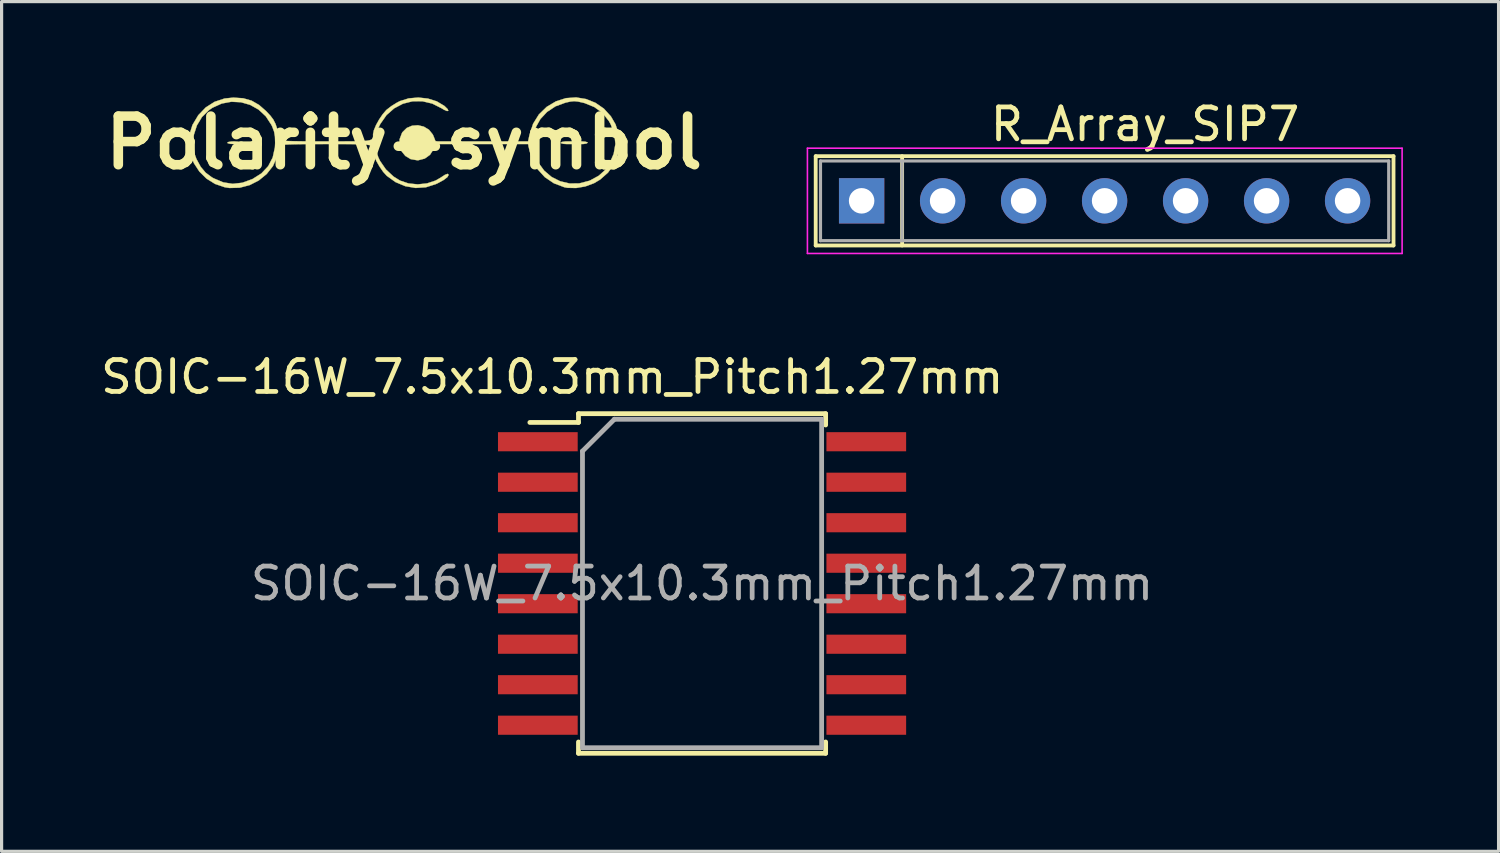
<source format=kicad_pcb>
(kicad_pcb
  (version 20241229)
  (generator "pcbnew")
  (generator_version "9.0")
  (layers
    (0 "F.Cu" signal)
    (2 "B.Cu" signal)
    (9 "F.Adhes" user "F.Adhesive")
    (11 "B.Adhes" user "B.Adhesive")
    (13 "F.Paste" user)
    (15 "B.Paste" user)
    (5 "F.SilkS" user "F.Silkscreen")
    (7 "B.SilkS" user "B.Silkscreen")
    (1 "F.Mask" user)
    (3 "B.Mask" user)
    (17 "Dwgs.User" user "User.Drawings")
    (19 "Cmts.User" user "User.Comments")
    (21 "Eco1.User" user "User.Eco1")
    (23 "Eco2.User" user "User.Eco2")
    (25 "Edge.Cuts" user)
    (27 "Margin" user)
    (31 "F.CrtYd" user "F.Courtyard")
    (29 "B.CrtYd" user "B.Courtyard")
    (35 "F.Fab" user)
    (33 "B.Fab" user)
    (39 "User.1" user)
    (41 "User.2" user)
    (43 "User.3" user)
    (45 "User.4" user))
  (footprint "R_Array_SIP7"
    (placed yes)
    (layer "F.Cu")
    (at 23.971 3.248)
    (property "Reference" "R_Array_SIP7" (at 8.89 -2.4 0) (layer "F.SilkS") (effects (font (size 1 1) (thickness 0.15))))
    (attr through_hole)
    (fp_line (start -1.44 -1.4) (end -1.44 1.4) (stroke (width 0.12) (type solid)) (layer "F.SilkS"))
    (fp_line (start -1.44 1.4) (end 16.68 1.4) (stroke (width 0.12) (type solid)) (layer "F.SilkS"))
    (fp_line (start 1.27 -1.4) (end 1.27 1.4) (stroke (width 0.12) (type solid)) (layer "F.SilkS"))
    (fp_line (start 16.68 -1.4) (end -1.44 -1.4) (stroke (width 0.12) (type solid)) (layer "F.SilkS"))
    (fp_line (start 16.68 1.4) (end 16.68 -1.4) (stroke (width 0.12) (type solid)) (layer "F.SilkS"))
    (fp_line (start -1.7 -1.65) (end -1.7 1.65) (stroke (width 0.05) (type solid)) (layer "F.CrtYd"))
    (fp_line (start -1.7 1.65) (end 16.95 1.65) (stroke (width 0.05) (type solid)) (layer "F.CrtYd"))
    (fp_line (start 16.95 -1.65) (end -1.7 -1.65) (stroke (width 0.05) (type solid)) (layer "F.CrtYd"))
    (fp_line (start 16.95 1.65) (end 16.95 -1.65) (stroke (width 0.05) (type solid)) (layer "F.CrtYd"))
    (fp_line (start -1.29 -1.25) (end -1.29 1.25) (stroke (width 0.1) (type solid)) (layer "F.Fab"))
    (fp_line (start -1.29 1.25) (end 16.53 1.25) (stroke (width 0.1) (type solid)) (layer "F.Fab"))
    (fp_line (start 1.27 -1.25) (end 1.27 1.25) (stroke (width 0.1) (type solid)) (layer "F.Fab"))
    (fp_line (start 16.53 -1.25) (end -1.29 -1.25) (stroke (width 0.1) (type solid)) (layer "F.Fab"))
    (fp_line (start 16.53 1.25) (end 16.53 -1.25) (stroke (width 0.1) (type solid)) (layer "F.Fab"))
    (pad "1" thru_hole rect (at 0 0) (size 1.422 1.422) (drill 0.8) (layers "*.Cu" "*.Mask"))
    (pad "2" thru_hole circle (at 2.54 0) (size 1.422 1.422) (drill 0.8) (layers "*.Cu" "*.Mask"))
    (pad "3" thru_hole circle (at 5.08 0) (size 1.422 1.422) (drill 0.8) (layers "*.Cu" "*.Mask"))
    (pad "4" thru_hole circle (at 7.62 0) (size 1.422 1.422) (drill 0.8) (layers "*.Cu" "*.Mask"))
    (pad "5" thru_hole circle (at 10.16 0) (size 1.422 1.422) (drill 0.8) (layers "*.Cu" "*.Mask"))
    (pad "6" thru_hole circle (at 12.7 0) (size 1.422 1.422) (drill 0.8) (layers "*.Cu" "*.Mask"))
    (pad "7" thru_hole circle (at 15.24 0) (size 1.422 1.422) (drill 0.8) (layers "*.Cu" "*.Mask")))
  (footprint "SOIC-16W_7.5x10.3mm_Pitch1.27mm"
    (layer "F.Cu")
    (at 18.967 15.248)
    (property "Reference" "SOIC-16W_7.5x10.3mm_Pitch1.27mm" (at -4.699 -6.477 0) (layer "F.SilkS") (effects (font (size 1 1) (thickness 0.15))))
    (attr smd)
    (fp_line (start -3.875 -5.325) (end -3.875 -5.05) (stroke (width 0.15) (type solid)) (layer "F.SilkS"))
    (fp_line (start -3.875 -5.325) (end 3.875 -5.325) (stroke (width 0.15) (type solid)) (layer "F.SilkS"))
    (fp_line (start -3.875 -5.05) (end -5.4 -5.05) (stroke (width 0.15) (type solid)) (layer "F.SilkS"))
    (fp_line (start -3.875 5.325) (end -3.875 4.97) (stroke (width 0.15) (type solid)) (layer "F.SilkS"))
    (fp_line (start -3.875 5.325) (end 3.875 5.325) (stroke (width 0.15) (type solid)) (layer "F.SilkS"))
    (fp_line (start 3.875 -5.325) (end 3.875 -4.97) (stroke (width 0.15) (type solid)) (layer "F.SilkS"))
    (fp_line (start 3.875 5.325) (end 3.875 4.97) (stroke (width 0.15) (type solid)) (layer "F.SilkS"))
    (fp_line (start -3.75 -4.15) (end -2.75 -5.15) (stroke (width 0.15) (type solid)) (layer "F.Fab"))
    (fp_line (start -3.75 5.15) (end -3.75 -4.15) (stroke (width 0.15) (type solid)) (layer "F.Fab"))
    (fp_line (start -2.75 -5.15) (end 3.75 -5.15) (stroke (width 0.15) (type solid)) (layer "F.Fab"))
    (fp_line (start 3.75 -5.15) (end 3.75 5.15) (stroke (width 0.15) (type solid)) (layer "F.Fab"))
    (fp_line (start 3.75 5.15) (end -3.75 5.15) (stroke (width 0.15) (type solid)) (layer "F.Fab"))
    (fp_text user "${REFERENCE}" (at 0 0 0) (layer "F.Fab") (effects (font (size 1 1) (thickness 0.15))))
    (pad "1" smd rect (at -5.15 -4.445) (size 2.5 0.6) (layers "F.Cu" "F.Mask" "F.Paste"))
    (pad "2" smd rect (at -5.15 -3.175) (size 2.5 0.6) (layers "F.Cu" "F.Mask" "F.Paste"))
    (pad "3" smd rect (at -5.15 -1.905) (size 2.5 0.6) (layers "F.Cu" "F.Mask" "F.Paste"))
    (pad "4" smd rect (at -5.15 -0.635) (size 2.5 0.6) (layers "F.Cu" "F.Mask" "F.Paste"))
    (pad "5" smd rect (at -5.15 0.635) (size 2.5 0.6) (layers "F.Cu" "F.Mask" "F.Paste"))
    (pad "6" smd rect (at -5.15 1.905) (size 2.5 0.6) (layers "F.Cu" "F.Mask" "F.Paste"))
    (pad "7" smd rect (at -5.15 3.175) (size 2.5 0.6) (layers "F.Cu" "F.Mask" "F.Paste"))
    (pad "8" smd rect (at -5.15 4.445) (size 2.5 0.6) (layers "F.Cu" "F.Mask" "F.Paste"))
    (pad "9" smd rect (at 5.15 4.445) (size 2.5 0.6) (layers "F.Cu" "F.Mask" "F.Paste"))
    (pad "10" smd rect (at 5.15 3.175) (size 2.5 0.6) (layers "F.Cu" "F.Mask" "F.Paste"))
    (pad "11" smd rect (at 5.15 1.905) (size 2.5 0.6) (layers "F.Cu" "F.Mask" "F.Paste"))
    (pad "12" smd rect (at 5.15 0.635) (size 2.5 0.6) (layers "F.Cu" "F.Mask" "F.Paste"))
    (pad "13" smd rect (at 5.15 -0.635) (size 2.5 0.6) (layers "F.Cu" "F.Mask" "F.Paste"))
    (pad "14" smd rect (at 5.15 -1.905) (size 2.5 0.6) (layers "F.Cu" "F.Mask" "F.Paste"))
    (pad "15" smd rect (at 5.15 -3.175) (size 2.5 0.6) (layers "F.Cu" "F.Mask" "F.Paste"))
    (pad "16" smd rect (at 5.15 -4.445) (size 2.5 0.6) (layers "F.Cu" "F.Mask" "F.Paste")))
  (footprint "Polarity-symbol"
    (layer "F.Cu")
    (at 9.623 1.426)
    (property "Reference" "Polarity-symbol" (at 0 0 0) (layer "F.SilkS") (effects (font (size 1.524 1.524) (thickness 0.3))))
    (attr through_hole)
    (fp_poly (pts (xy -5.213 -0.035) (xy -5.137 -0.015) (xy -5.122 0) (xy -5.16 0.024) (xy -5.258 0.039) (xy -5.334 0.042) (xy -5.455 0.035) (xy -5.531 0.015) (xy -5.546 0) (xy -5.508 -0.024) (xy -5.41 -0.039) (xy -5.334 -0.042) (xy -5.213 -0.035)) (stroke (width 0.01) (type solid)) (fill yes) (layer "F.SilkS"))
    (fp_poly (pts (xy 5.359 -0.385) (xy 5.374 -0.29) (xy 5.376 -0.233) (xy 5.376 -0.042) (xy 5.567 -0.042) (xy 5.68 -0.034) (xy 5.749 -0.013) (xy 5.757 0) (xy 5.719 0.025) (xy 5.624 0.04) (xy 5.567 0.042) (xy 5.376 0.042) (xy 5.376 0.233) (xy 5.368 0.346) (xy 5.347 0.415) (xy 5.334 0.423) (xy 5.309 0.385) (xy 5.294 0.29) (xy 5.292 0.233) (xy 5.292 0.042) (xy 5.101 0.042) (xy 4.988 0.034) (xy 4.919 0.013) (xy 4.911 0) (xy 4.949 -0.025) (xy 5.044 -0.04) (xy 5.101 -0.042) (xy 5.292 -0.042) (xy 5.292 -0.233) (xy 5.3 -0.346) (xy 5.321 -0.415) (xy 5.334 -0.423) (xy 5.359 -0.385)) (stroke (width 0.01) (type solid)) (fill yes) (layer "F.SilkS"))
    (fp_poly (pts (xy 5.707 -1.37) (xy 6.001 -1.251) (xy 6.265 -1.069) (xy 6.485 -0.827) (xy 6.631 -0.576) (xy 6.732 -0.259) (xy 6.754 0.064) (xy 6.702 0.378) (xy 6.581 0.673) (xy 6.395 0.936) (xy 6.148 1.155) (xy 5.954 1.27) (xy 5.681 1.371) (xy 5.393 1.42) (xy 5.121 1.414) (xy 5.026 1.396) (xy 4.697 1.272) (xy 4.414 1.08) (xy 4.185 0.829) (xy 4.017 0.527) (xy 3.933 0.255) (xy 3.904 0.118) (xy 4.044 0.118) (xy 4.085 0.325) (xy 4.209 0.625) (xy 4.393 0.876) (xy 4.625 1.073) (xy 4.893 1.208) (xy 5.187 1.278) (xy 5.493 1.275) (xy 5.802 1.195) (xy 5.84 1.179) (xy 6.101 1.037) (xy 6.301 0.857) (xy 6.434 0.664) (xy 6.572 0.35) (xy 6.626 0.039) (xy 6.594 -0.27) (xy 6.478 -0.579) (xy 6.422 -0.68) (xy 6.224 -0.929) (xy 5.968 -1.118) (xy 5.658 -1.244) (xy 5.614 -1.255) (xy 5.453 -1.291) (xy 5.333 -1.303) (xy 5.214 -1.291) (xy 5.058 -1.256) (xy 4.746 -1.141) (xy 4.482 -0.966) (xy 4.274 -0.743) (xy 4.127 -0.481) (xy 4.049 -0.191) (xy 4.044 0.118) (xy 3.904 0.118) (xy 3.888 0.042) (xy 0.987 0.042) (xy 0.921 0.21) (xy 0.811 0.38) (xy 0.647 0.497) (xy 0.447 0.549) (xy 0.411 0.55) (xy 0.205 0.514) (xy 0.039 0.414) (xy -0.08 0.267) (xy -0.143 0.088) (xy -0.142 -0.107) (xy -0.068 -0.303) (xy -0.052 -0.33) (xy 0.081 -0.462) (xy 0.25 -0.534) (xy 0.435 -0.548) (xy 0.618 -0.505) (xy 0.779 -0.408) (xy 0.898 -0.26) (xy 0.921 -0.21) (xy 0.987 -0.042) (xy 3.888 -0.042) (xy 3.933 -0.255) (xy 4.046 -0.596) (xy 4.227 -0.887) (xy 4.472 -1.125) (xy 4.763 -1.298) (xy 5.075 -1.398) (xy 5.394 -1.421) (xy 5.707 -1.37)) (stroke (width 0.01) (type solid)) (fill yes) (layer "F.SilkS"))
    (fp_poly (pts (xy 0.745 -1.385) (xy 1.025 -1.297) (xy 1.261 -1.156) (xy 1.272 -1.146) (xy 1.365 -1.055) (xy 1.387 -1.002) (xy 1.346 -0.994) (xy 1.248 -1.036) (xy 1.182 -1.077) (xy 0.883 -1.228) (xy 0.572 -1.301) (xy 0.262 -1.299) (xy -0.036 -1.224) (xy -0.311 -1.079) (xy -0.551 -0.868) (xy -0.743 -0.594) (xy -0.753 -0.576) (xy -0.812 -0.451) (xy -0.846 -0.334) (xy -0.863 -0.195) (xy -0.867 -0.001) (xy -0.867 0) (xy -0.863 0.194) (xy -0.847 0.333) (xy -0.812 0.449) (xy -0.754 0.572) (xy -0.571 0.837) (xy -0.331 1.061) (xy -0.13 1.186) (xy 0.135 1.276) (xy 0.427 1.306) (xy 0.72 1.275) (xy 0.989 1.186) (xy 1.142 1.097) (xy 1.283 1.005) (xy 1.368 0.975) (xy 1.397 1.007) (xy 1.397 1.009) (xy 1.357 1.079) (xy 1.242 1.167) (xy 1.058 1.268) (xy 0.994 1.298) (xy 0.683 1.397) (xy 0.36 1.418) (xy 0.038 1.363) (xy -0.269 1.235) (xy -0.543 1.038) (xy -0.655 0.915) (xy -0.768 0.753) (xy -0.868 0.578) (xy -0.941 0.414) (xy -0.973 0.286) (xy -0.974 0.272) (xy -0.973 0.211) (xy -0.977 0.162) (xy -0.994 0.123) (xy -1.032 0.094) (xy -1.099 0.073) (xy -1.203 0.058) (xy -1.354 0.049) (xy -1.558 0.045) (xy -1.824 0.043) (xy -2.16 0.042) (xy -2.46 0.042) (xy -2.854 0.043) (xy -3.172 0.044) (xy -3.42 0.048) (xy -3.607 0.053) (xy -3.74 0.06) (xy -3.827 0.069) (xy -3.876 0.081) (xy -3.894 0.097) (xy -3.895 0.101) (xy -3.907 0.17) (xy -3.938 0.292) (xy -3.98 0.438) (xy -4.113 0.73) (xy -4.31 0.981) (xy -4.558 1.183) (xy -4.844 1.329) (xy -5.154 1.41) (xy -5.475 1.419) (xy -5.621 1.397) (xy -5.929 1.292) (xy -6.198 1.124) (xy -6.421 0.903) (xy -6.592 0.642) (xy -6.704 0.352) (xy -6.752 0.051) (xy -6.618 0.051) (xy -6.57 0.352) (xy -6.511 0.512) (xy -6.378 0.756) (xy -6.225 0.938) (xy -6.032 1.082) (xy -5.974 1.115) (xy -5.671 1.243) (xy -5.375 1.289) (xy -5.074 1.255) (xy -4.758 1.14) (xy -4.753 1.138) (xy -4.475 0.962) (xy -4.263 0.736) (xy -4.121 0.463) (xy -4.052 0.148) (xy -4.044 -0.000244) (xy -4.051 -0.194) (xy -4.076 -0.343) (xy -4.129 -0.488) (xy -4.162 -0.56) (xy -4.338 -0.829) (xy -4.564 -1.039) (xy -4.827 -1.187) (xy -5.117 -1.27) (xy -5.418 -1.285) (xy -5.72 -1.229) (xy -6.008 -1.098) (xy -6.121 -1.021) (xy -6.34 -0.806) (xy -6.498 -0.544) (xy -6.592 -0.253) (xy -6.618 0.051) (xy -6.752 0.051) (xy -6.753 0.046) (xy -6.73 -0.266) (xy -6.637 -0.558) (xy -6.455 -0.863) (xy -6.222 -1.106) (xy -5.944 -1.283) (xy -5.63 -1.387) (xy -5.355 -1.415) (xy -5.045 -1.394) (xy -4.784 -1.32) (xy -4.549 -1.185) (xy -4.333 -0.996) (xy -4.193 -0.848) (xy -4.1 -0.724) (xy -4.034 -0.593) (xy -3.984 -0.448) (xy -3.939 -0.297) (xy -3.907 -0.173) (xy -3.895 -0.103) (xy -3.895 -0.101) (xy -3.883 -0.085) (xy -3.843 -0.072) (xy -3.767 -0.062) (xy -3.646 -0.054) (xy -3.474 -0.049) (xy -3.243 -0.045) (xy -2.944 -0.043) (xy -2.571 -0.042) (xy -2.46 -0.042) (xy -2.066 -0.042) (xy -1.748 -0.043) (xy -1.499 -0.045) (xy -1.31 -0.051) (xy -1.172 -0.062) (xy -1.078 -0.078) (xy -1.02 -0.101) (xy -0.988 -0.133) (xy -0.975 -0.174) (xy -0.973 -0.226) (xy -0.974 -0.272) (xy -0.948 -0.393) (xy -0.88 -0.554) (xy -0.783 -0.729) (xy -0.671 -0.894) (xy -0.559 -1.024) (xy -0.543 -1.038) (xy -0.402 -1.147) (xy -0.23 -1.254) (xy -0.132 -1.305) (xy 0.144 -1.391) (xy 0.444 -1.417) (xy 0.745 -1.385)) (stroke (width 0.01) (type solid)) (fill yes) (layer "F.SilkS")))
  (gr_rect
    (start -3 -3)
    (end 43.946 23.648)
    (stroke (width 0.1) (type default))
    (fill no)
    (layer "Edge.Cuts")))
</source>
